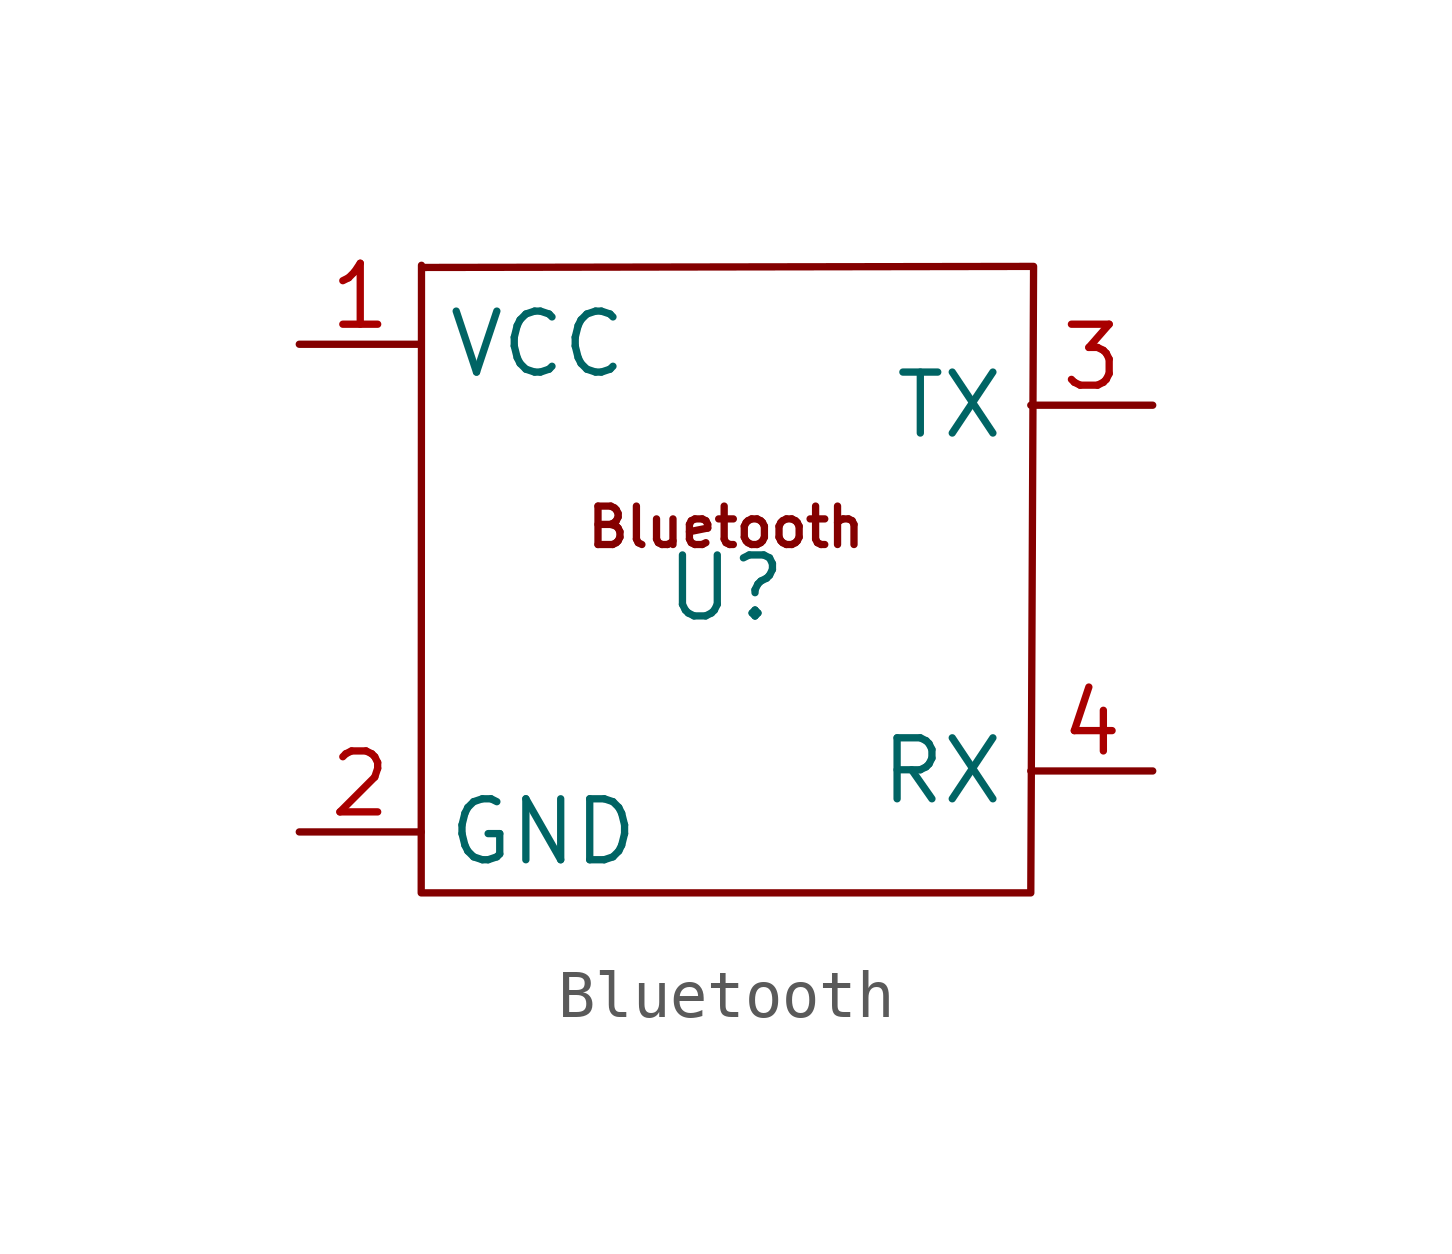
<source format=kicad_sym>
(kicad_symbol_lib
  (version 20220914)
  (generator kicad_symbol_editor)
  (symbol "Bluetooth"
    (property "Reference" "U"
      (at 0 0 0)
      (effects (font (size 1.27 1.27))))
    (property "Value" ""
      (at 0 0 0)
      (effects (font (size 1.27 1.27))))
    (symbol "Bluetooth_0_1"
      (polyline (pts (xy -6.344 6.725) (xy -6.35 -6.35) (xy 6.35 -6.35) (xy 6.408 6.702) (xy -6.344 6.68)) (stroke (width 0) (type default)) (fill (type none)))
      (text "Bluetooth\n" (at 0 1.27 0) (effects (font (size 0.8 0.8)))))
    (symbol "Bluetooth_1_1"
      (pin bidirectional line (at -8.89 5.08 0) (length 2.54) (name "VCC" (effects (font (size 1.27 1.27)))) (number "1" (effects (font (size 1.27 1.27)))))
      (pin bidirectional line (at -8.89 -5.08 0) (length 2.54) (name "GND" (effects (font (size 1.27 1.27)))) (number "2" (effects (font (size 1.27 1.27)))))
      (pin bidirectional line (at 8.89 3.81 180) (length 2.54) (name "TX" (effects (font (size 1.27 1.27)))) (number "3" (effects (font (size 1.27 1.27)))))
      (pin bidirectional line (at 8.89 -3.81 180) (length 2.54) (name "RX" (effects (font (size 1.27 1.27)))) (number "4" (effects (font (size 1.27 1.27))))))))
</source>
